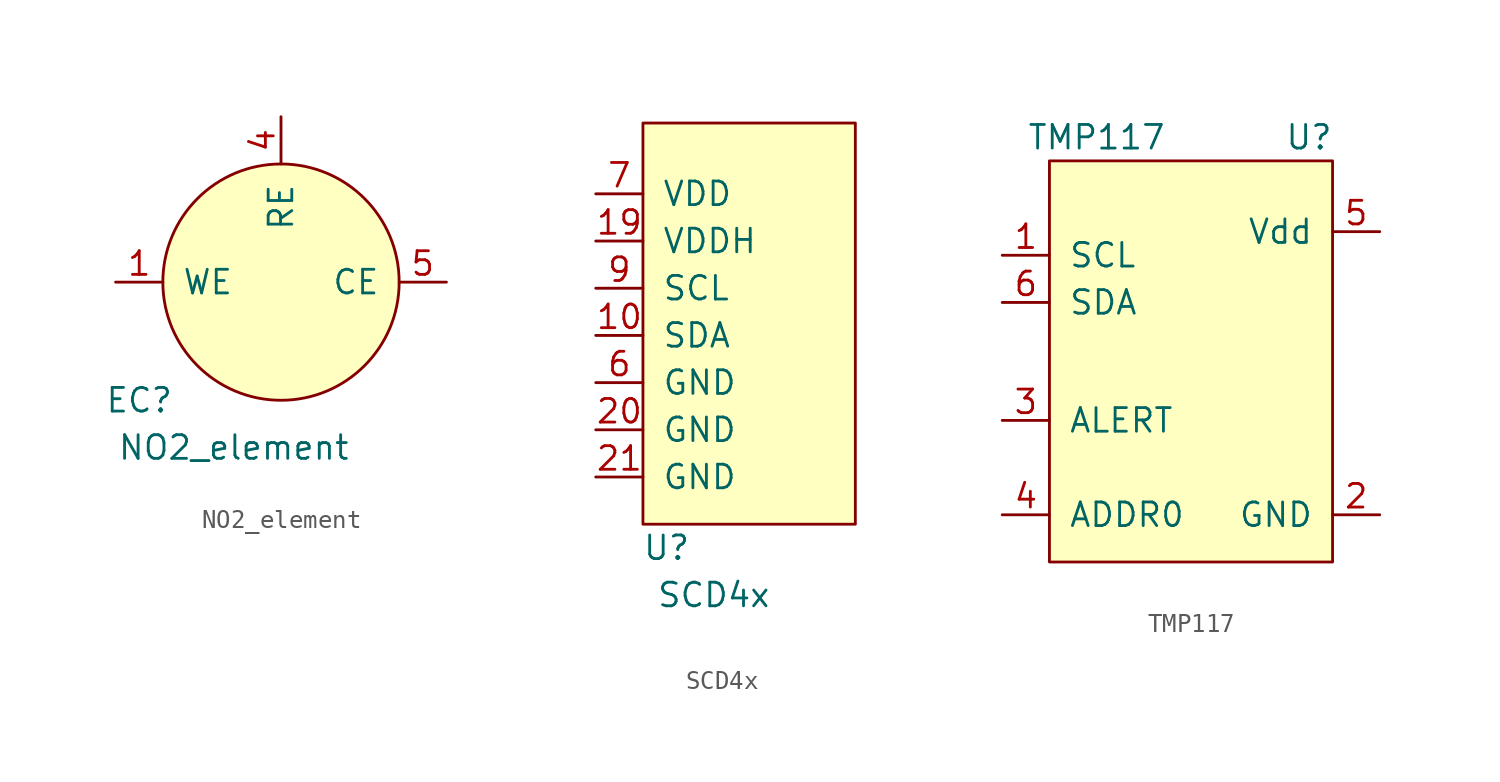
<source format=kicad_sym>
(kicad_symbol_lib
  (version 20211014)
  (generator kicad_symbol_editor)
  (symbol "NO2_element"
    (pin_names
      (offset 1.016))
    (property "Reference" "EC"
      (at -7.62 -6.35 0)
      (effects (font (size 1.27 1.27))))
    (property "Value" "NO2_element"
      (at -2.54 -8.89 0)
      (effects (font (size 1.27 1.27))))
    (symbol "NO2_element_0_1"
      (circle (center 0 0) (radius 6.35) (stroke (width 0) (type default) (color 0 0 0 0)) (fill (type background))))
    (symbol "NO2_element_1_1"
      (pin input line (at -8.89 0 0) (length 2.54) (name "WE" (effects (font (size 1.27 1.27)))) (number "1" (effects (font (size 1.27 1.27)))))
      (pin input line (at 0 8.89 270) (length 2.54) (name "RE" (effects (font (size 1.27 1.27)))) (number "4" (effects (font (size 1.27 1.27)))))
      (pin input line (at 8.89 0 180) (length 2.54) (name "CE" (effects (font (size 1.27 1.27)))) (number "5" (effects (font (size 1.27 1.27)))))))
  (symbol "SCD4x"
    (pin_names
      (offset 1.016))
    (property "Reference" "U"
      (at -5.08 -11.43 0)
      (effects (font (size 1.27 1.27))))
    (property "Value" "SCD4x"
      (at -2.54 -13.97 0)
      (effects (font (size 1.27 1.27))))
    (symbol "SCD4x_0_1"
      (rectangle (start -6.35 11.43) (end 5.08 -10.16) (stroke (width 0) (type default) (color 0 0 0 0)) (fill (type background))))
    (symbol "SCD4x_1_1"
      (pin input line (at -8.89 0 0) (length 2.54) (name "SDA" (effects (font (size 1.27 1.27)))) (number "10" (effects (font (size 1.27 1.27)))))
      (pin input line (at -8.89 5.08 0) (length 2.54) (name "VDDH" (effects (font (size 1.27 1.27)))) (number "19" (effects (font (size 1.27 1.27)))))
      (pin input line (at -8.89 -5.08 0) (length 2.54) (name "GND" (effects (font (size 1.27 1.27)))) (number "20" (effects (font (size 1.27 1.27)))))
      (pin input line (at -8.89 -7.62 0) (length 2.54) (name "GND" (effects (font (size 1.27 1.27)))) (number "21" (effects (font (size 1.27 1.27)))))
      (pin input line (at -8.89 -2.54 0) (length 2.54) (name "GND" (effects (font (size 1.27 1.27)))) (number "6" (effects (font (size 1.27 1.27)))))
      (pin input line (at -8.89 7.62 0) (length 2.54) (name "VDD" (effects (font (size 1.27 1.27)))) (number "7" (effects (font (size 1.27 1.27)))))
      (pin input line (at -8.89 2.54 0) (length 2.54) (name "SCL" (effects (font (size 1.27 1.27)))) (number "9" (effects (font (size 1.27 1.27)))))))
  (symbol "TMP117"
    (pin_names
      (offset 1.016))
    (property "Reference" "U"
      (at 6.35 12.7 0)
      (effects (font (size 1.27 1.27))))
    (property "Value" "TMP117"
      (at -5.08 12.7 0)
      (effects (font (size 1.27 1.27))))
    (symbol "TMP117_0_1"
      (rectangle (start -7.62 11.43) (end 7.62 -10.16) (stroke (width 0) (type default) (color 0 0 0 0)) (fill (type background))))
    (symbol "TMP117_1_1"
      (pin input line (at -10.16 6.35 0) (length 2.54) (name "SCL" (effects (font (size 1.27 1.27)))) (number "1" (effects (font (size 1.27 1.27)))))
      (pin input line (at 10.16 -7.62 180) (length 2.54) (name "GND" (effects (font (size 1.27 1.27)))) (number "2" (effects (font (size 1.27 1.27)))))
      (pin input line (at -10.16 -2.54 0) (length 2.54) (name "ALERT" (effects (font (size 1.27 1.27)))) (number "3" (effects (font (size 1.27 1.27)))))
      (pin input line (at -10.16 -7.62 0) (length 2.54) (name "ADDR0" (effects (font (size 1.27 1.27)))) (number "4" (effects (font (size 1.27 1.27)))))
      (pin input line (at 10.16 7.62 180) (length 2.54) (name "Vdd" (effects (font (size 1.27 1.27)))) (number "5" (effects (font (size 1.27 1.27)))))
      (pin input line (at -10.16 3.81 0) (length 2.54) (name "SDA" (effects (font (size 1.27 1.27)))) (number "6" (effects (font (size 1.27 1.27))))))))
</source>
